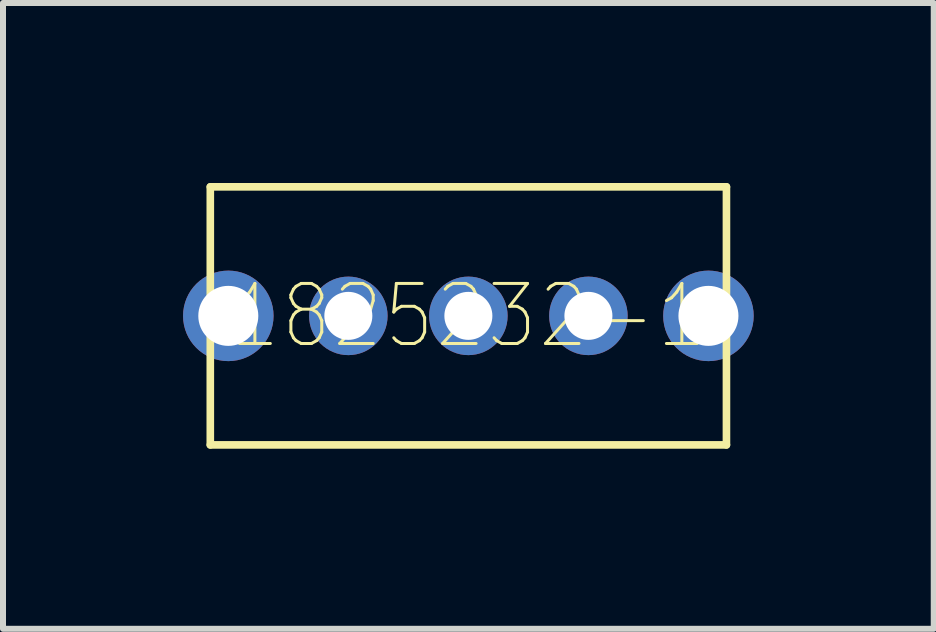
<source format=kicad_pcb>
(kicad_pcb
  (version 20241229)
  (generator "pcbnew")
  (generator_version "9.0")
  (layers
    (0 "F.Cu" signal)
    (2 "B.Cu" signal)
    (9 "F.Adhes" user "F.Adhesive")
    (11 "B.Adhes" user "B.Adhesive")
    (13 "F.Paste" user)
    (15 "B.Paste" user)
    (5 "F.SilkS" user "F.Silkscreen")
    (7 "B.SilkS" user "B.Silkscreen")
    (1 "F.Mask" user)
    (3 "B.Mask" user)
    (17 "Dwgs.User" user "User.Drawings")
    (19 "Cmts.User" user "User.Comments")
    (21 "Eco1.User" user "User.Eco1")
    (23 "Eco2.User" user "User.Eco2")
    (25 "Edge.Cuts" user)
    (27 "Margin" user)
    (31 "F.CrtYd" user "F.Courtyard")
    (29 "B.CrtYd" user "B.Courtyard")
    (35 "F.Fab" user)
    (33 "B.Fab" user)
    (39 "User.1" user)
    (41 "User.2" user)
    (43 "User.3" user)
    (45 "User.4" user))
  (footprint "1825232-1"
    (layer "F.Cu")
    (at 4.754 2.213)
    (property "Reference" "1825232-1" (at 0 0 0) (layer "F.SilkS") (effects (font (size 1 0.9) (thickness 0.05))))
    (attr through_hole)
    (fp_line (start -4.3 -2.15) (end 4.3 -2.15) (stroke (width 0.127) (type solid)) (layer "F.SilkS"))
    (fp_line (start -4.3 2.15) (end -4.3 -2.15) (stroke (width 0.127) (type solid)) (layer "F.SilkS"))
    (fp_line (start 4.3 -2.15) (end 4.3 2.15) (stroke (width 0.127) (type solid)) (layer "F.SilkS"))
    (fp_line (start 4.3 2.15) (end -4.3 2.15) (stroke (width 0.127) (type solid)) (layer "F.SilkS"))
    (pad "1" thru_hole circle (at -2 0) (size 1.308 1.308) (drill 0.8) (layers "*.Cu" "*.Mask"))
    (pad "2" thru_hole circle (at 0 0) (size 1.308 1.308) (drill 0.8) (layers "*.Cu" "*.Mask"))
    (pad "3" thru_hole circle (at 2 0) (size 1.308 1.308) (drill 0.8) (layers "*.Cu" "*.Mask"))
    (pad "GND" thru_hole circle (at -4 0) (size 1.508 1.508) (drill 1) (layers "*.Cu" "*.Mask"))
    (pad "GND" thru_hole circle (at 4 0) (size 1.508 1.508) (drill 1) (layers "*.Cu" "*.Mask")))
  (gr_rect
    (start -3 -3)
    (end 12.508 7.427)
    (stroke (width 0.1) (type default))
    (fill no)
    (layer "Edge.Cuts")))
</source>
